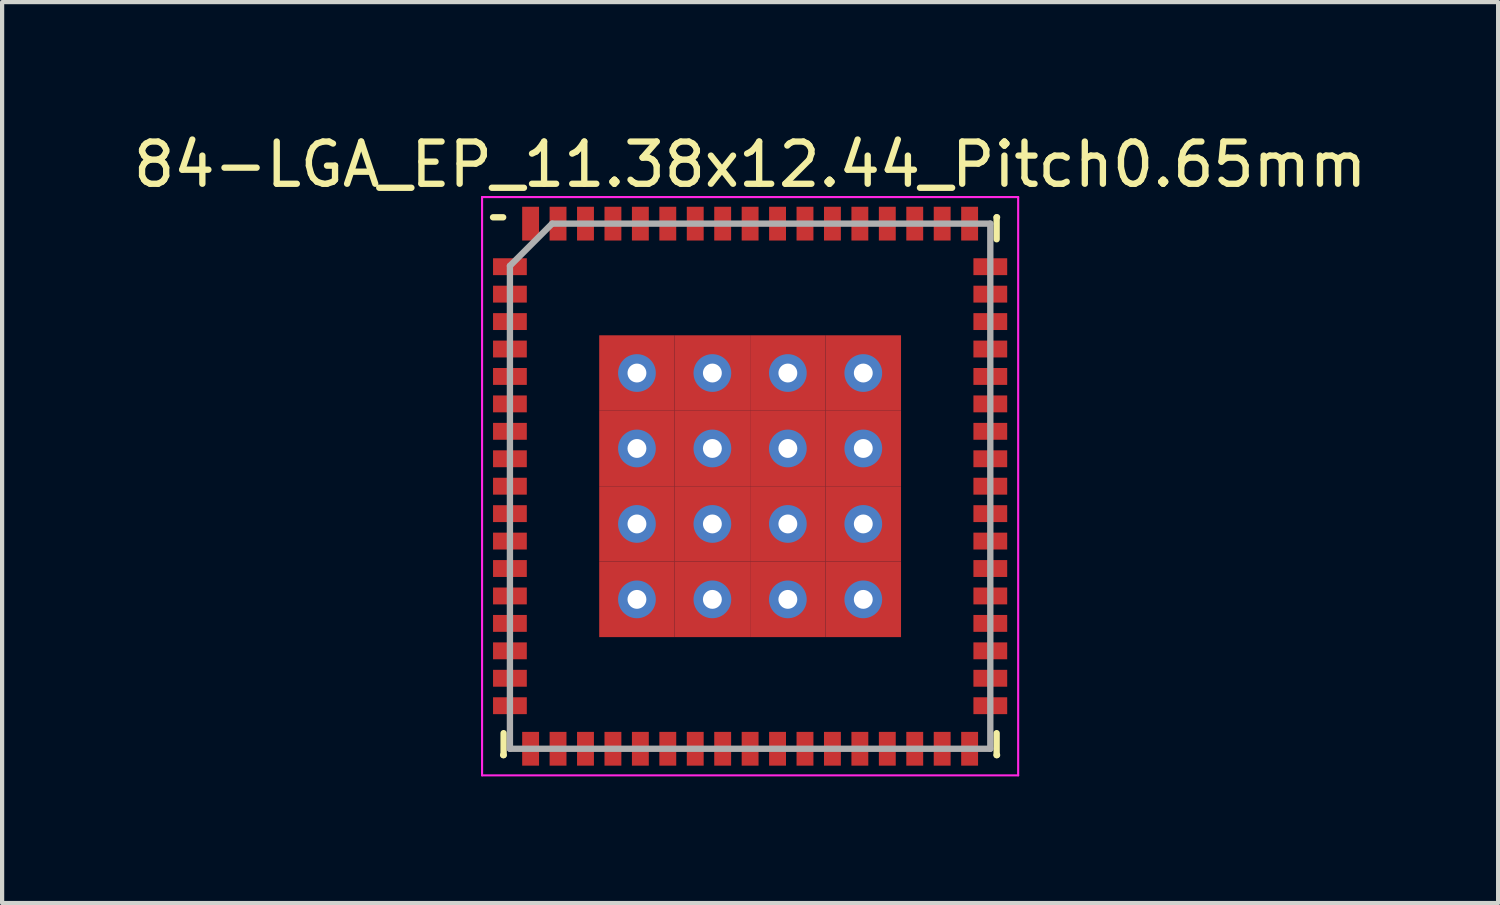
<source format=kicad_pcb>
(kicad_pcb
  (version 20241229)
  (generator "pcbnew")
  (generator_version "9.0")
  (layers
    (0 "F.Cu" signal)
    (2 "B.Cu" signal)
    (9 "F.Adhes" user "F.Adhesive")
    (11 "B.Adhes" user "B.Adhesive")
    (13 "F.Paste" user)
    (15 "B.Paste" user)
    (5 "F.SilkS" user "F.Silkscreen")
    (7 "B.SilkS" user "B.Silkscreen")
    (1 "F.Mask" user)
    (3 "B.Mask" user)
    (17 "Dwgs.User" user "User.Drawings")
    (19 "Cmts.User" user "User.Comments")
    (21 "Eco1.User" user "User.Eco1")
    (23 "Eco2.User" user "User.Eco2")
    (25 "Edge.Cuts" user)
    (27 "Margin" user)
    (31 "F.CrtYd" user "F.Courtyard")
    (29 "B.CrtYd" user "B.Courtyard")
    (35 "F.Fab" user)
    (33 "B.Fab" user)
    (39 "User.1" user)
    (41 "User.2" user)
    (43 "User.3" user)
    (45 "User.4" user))
  (footprint "84-LGA_EP_11.38x12.44_Pitch0.65mm"
    (layer "F.Cu")
    (at 14.72 8.468)
    (property "Reference" "84-LGA_EP_11.38x12.44_Pitch0.65mm" (at 0 -7.62 0) (layer "F.SilkS") (effects (font (size 1 1) (thickness 0.15))))
    (attr smd)
    (fp_line (start -5.85 -6.37) (end -6.09 -6.37) (stroke (width 0.15) (type solid)) (layer "F.SilkS"))
    (fp_line (start -5.85 6.37) (end -5.84 6.37) (stroke (width 0.15) (type solid)) (layer "F.SilkS"))
    (fp_line (start -5.84 6.37) (end -5.84 5.85) (stroke (width 0.15) (type solid)) (layer "F.SilkS"))
    (fp_line (start 5.84 -6.37) (end 5.84 -5.85) (stroke (width 0.15) (type solid)) (layer "F.SilkS"))
    (fp_line (start 5.84 6.37) (end 5.84 5.85) (stroke (width 0.15) (type solid)) (layer "F.SilkS"))
    (fp_line (start 5.85 -6.37) (end 5.84 -6.37) (stroke (width 0.15) (type solid)) (layer "F.SilkS"))
    (fp_line (start 5.85 6.37) (end 5.84 6.37) (stroke (width 0.15) (type solid)) (layer "F.SilkS"))
    (fp_line (start -6.35 -6.85) (end 6.35 -6.85) (stroke (width 0.05) (type solid)) (layer "F.CrtYd"))
    (fp_line (start -6.35 6.85) (end -6.35 -6.85) (stroke (width 0.05) (type solid)) (layer "F.CrtYd"))
    (fp_line (start 6.35 -6.85) (end 6.35 6.85) (stroke (width 0.05) (type solid)) (layer "F.CrtYd"))
    (fp_line (start 6.35 6.85) (end -6.35 6.85) (stroke (width 0.05) (type solid)) (layer "F.CrtYd"))
    (fp_line (start -5.69 -5.22) (end -5.69 6.22) (stroke (width 0.15) (type solid)) (layer "F.Fab"))
    (fp_line (start -5.69 6.22) (end 5.69 6.22) (stroke (width 0.15) (type solid)) (layer "F.Fab"))
    (fp_line (start -4.69 -6.22) (end -5.69 -5.22) (stroke (width 0.15) (type solid)) (layer "F.Fab"))
    (fp_line (start 5.69 -6.22) (end -4.69 -6.22) (stroke (width 0.15) (type solid)) (layer "F.Fab"))
    (fp_line (start 5.69 6.22) (end 5.69 -6.22) (stroke (width 0.15) (type solid)) (layer "F.Fab"))
    (pad "1" smd rect (at -5.69 -5.2 90) (size 0.4 0.8) (layers "F.Cu" "F.Mask" "F.Paste"))
    (pad "2" smd rect (at -5.69 -4.55 90) (size 0.4 0.8) (layers "F.Cu" "F.Mask" "F.Paste"))
    (pad "3" smd rect (at -5.69 -3.9 90) (size 0.4 0.8) (layers "F.Cu" "F.Mask" "F.Paste"))
    (pad "4" smd rect (at -5.69 -3.25 90) (size 0.4 0.8) (layers "F.Cu" "F.Mask" "F.Paste"))
    (pad "5" smd rect (at -5.69 -2.6 90) (size 0.4 0.8) (layers "F.Cu" "F.Mask" "F.Paste"))
    (pad "6" smd rect (at -5.69 -1.95 90) (size 0.4 0.8) (layers "F.Cu" "F.Mask" "F.Paste"))
    (pad "7" smd rect (at -5.69 -1.3 90) (size 0.4 0.8) (layers "F.Cu" "F.Mask" "F.Paste"))
    (pad "8" smd rect (at -5.69 -0.65 90) (size 0.4 0.8) (layers "F.Cu" "F.Mask" "F.Paste"))
    (pad "9" smd rect (at -5.69 0 90) (size 0.4 0.8) (layers "F.Cu" "F.Mask" "F.Paste"))
    (pad "10" smd rect (at -5.69 0.65 90) (size 0.4 0.8) (layers "F.Cu" "F.Mask" "F.Paste"))
    (pad "11" smd rect (at -5.69 1.3 90) (size 0.4 0.8) (layers "F.Cu" "F.Mask" "F.Paste"))
    (pad "12" smd rect (at -5.69 1.95 90) (size 0.4 0.8) (layers "F.Cu" "F.Mask" "F.Paste"))
    (pad "13" smd rect (at -5.69 2.6 90) (size 0.4 0.8) (layers "F.Cu" "F.Mask" "F.Paste"))
    (pad "14" smd rect (at -5.69 3.25 90) (size 0.4 0.8) (layers "F.Cu" "F.Mask" "F.Paste"))
    (pad "15" smd rect (at -5.69 3.9 90) (size 0.4 0.8) (layers "F.Cu" "F.Mask" "F.Paste"))
    (pad "16" smd rect (at -5.69 4.55 90) (size 0.4 0.8) (layers "F.Cu" "F.Mask" "F.Paste"))
    (pad "17" smd rect (at -5.69 5.2 90) (size 0.4 0.8) (layers "F.Cu" "F.Mask" "F.Paste"))
    (pad "18" smd rect (at -5.2 6.22) (size 0.4 0.8) (layers "F.Cu" "F.Mask" "F.Paste"))
    (pad "19" smd rect (at -4.55 6.22) (size 0.4 0.8) (layers "F.Cu" "F.Mask" "F.Paste"))
    (pad "20" smd rect (at -3.9 6.22) (size 0.4 0.8) (layers "F.Cu" "F.Mask" "F.Paste"))
    (pad "21" smd rect (at -3.25 6.22) (size 0.4 0.8) (layers "F.Cu" "F.Mask" "F.Paste"))
    (pad "22" smd rect (at -2.6 6.22) (size 0.4 0.8) (layers "F.Cu" "F.Mask" "F.Paste"))
    (pad "23" smd rect (at -1.95 6.22) (size 0.4 0.8) (layers "F.Cu" "F.Mask" "F.Paste"))
    (pad "24" smd rect (at -1.3 6.22) (size 0.4 0.8) (layers "F.Cu" "F.Mask" "F.Paste"))
    (pad "25" smd rect (at -0.65 6.22) (size 0.4 0.8) (layers "F.Cu" "F.Mask" "F.Paste"))
    (pad "26" smd rect (at 0 6.22) (size 0.4 0.8) (layers "F.Cu" "F.Mask" "F.Paste"))
    (pad "27" smd rect (at 0.65 6.22) (size 0.4 0.8) (layers "F.Cu" "F.Mask" "F.Paste"))
    (pad "28" smd rect (at 1.3 6.22) (size 0.4 0.8) (layers "F.Cu" "F.Mask" "F.Paste"))
    (pad "29" smd rect (at 1.95 6.22) (size 0.4 0.8) (layers "F.Cu" "F.Mask" "F.Paste"))
    (pad "30" smd rect (at 2.6 6.22) (size 0.4 0.8) (layers "F.Cu" "F.Mask" "F.Paste"))
    (pad "31" smd rect (at 3.25 6.22) (size 0.4 0.8) (layers "F.Cu" "F.Mask" "F.Paste"))
    (pad "32" smd rect (at 3.9 6.22) (size 0.4 0.8) (layers "F.Cu" "F.Mask" "F.Paste"))
    (pad "33" smd rect (at 4.55 6.22) (size 0.4 0.8) (layers "F.Cu" "F.Mask" "F.Paste"))
    (pad "34" smd rect (at 5.2 6.22) (size 0.4 0.8) (layers "F.Cu" "F.Mask" "F.Paste"))
    (pad "35" smd rect (at 5.69 5.2 90) (size 0.4 0.8) (layers "F.Cu" "F.Mask" "F.Paste"))
    (pad "36" smd rect (at 5.69 4.55 90) (size 0.4 0.8) (layers "F.Cu" "F.Mask" "F.Paste"))
    (pad "37" smd rect (at 5.69 3.9 90) (size 0.4 0.8) (layers "F.Cu" "F.Mask" "F.Paste"))
    (pad "38" smd rect (at 5.69 3.25 90) (size 0.4 0.8) (layers "F.Cu" "F.Mask" "F.Paste"))
    (pad "39" smd rect (at 5.69 2.6 90) (size 0.4 0.8) (layers "F.Cu" "F.Mask" "F.Paste"))
    (pad "40" smd rect (at 5.69 1.95 90) (size 0.4 0.8) (layers "F.Cu" "F.Mask" "F.Paste"))
    (pad "41" smd rect (at 5.69 1.3 90) (size 0.4 0.8) (layers "F.Cu" "F.Mask" "F.Paste"))
    (pad "42" smd rect (at 5.69 0.65 90) (size 0.4 0.8) (layers "F.Cu" "F.Mask" "F.Paste"))
    (pad "43" smd rect (at 5.69 0 90) (size 0.4 0.8) (layers "F.Cu" "F.Mask" "F.Paste"))
    (pad "44" smd rect (at 5.69 -0.65 90) (size 0.4 0.8) (layers "F.Cu" "F.Mask" "F.Paste"))
    (pad "45" smd rect (at 5.69 -1.3 90) (size 0.4 0.8) (layers "F.Cu" "F.Mask" "F.Paste"))
    (pad "46" smd rect (at 5.69 -1.95 90) (size 0.4 0.8) (layers "F.Cu" "F.Mask" "F.Paste"))
    (pad "47" smd rect (at 5.69 -2.6 90) (size 0.4 0.8) (layers "F.Cu" "F.Mask" "F.Paste"))
    (pad "48" smd rect (at 5.69 -3.25 90) (size 0.4 0.8) (layers "F.Cu" "F.Mask" "F.Paste"))
    (pad "49" smd rect (at 5.69 -3.9 90) (size 0.4 0.8) (layers "F.Cu" "F.Mask" "F.Paste"))
    (pad "50" smd rect (at 5.69 -4.55 90) (size 0.4 0.8) (layers "F.Cu" "F.Mask" "F.Paste"))
    (pad "51" smd rect (at 5.69 -5.2 90) (size 0.4 0.8) (layers "F.Cu" "F.Mask" "F.Paste"))
    (pad "52" smd rect (at 5.2 -6.22) (size 0.4 0.8) (layers "F.Cu" "F.Mask" "F.Paste"))
    (pad "53" smd rect (at 4.55 -6.22) (size 0.4 0.8) (layers "F.Cu" "F.Mask" "F.Paste"))
    (pad "54" smd rect (at 3.9 -6.22) (size 0.4 0.8) (layers "F.Cu" "F.Mask" "F.Paste"))
    (pad "55" smd rect (at 3.25 -6.22) (size 0.4 0.8) (layers "F.Cu" "F.Mask" "F.Paste"))
    (pad "56" smd rect (at 2.6 -6.22) (size 0.4 0.8) (layers "F.Cu" "F.Mask" "F.Paste"))
    (pad "57" smd rect (at 1.95 -6.22) (size 0.4 0.8) (layers "F.Cu" "F.Mask" "F.Paste"))
    (pad "58" smd rect (at 1.3 -6.22) (size 0.4 0.8) (layers "F.Cu" "F.Mask" "F.Paste"))
    (pad "59" smd rect (at 0.65 -6.22) (size 0.4 0.8) (layers "F.Cu" "F.Mask" "F.Paste"))
    (pad "60" smd rect (at 0 -6.22) (size 0.4 0.8) (layers "F.Cu" "F.Mask" "F.Paste"))
    (pad "61" smd rect (at -0.65 -6.22) (size 0.4 0.8) (layers "F.Cu" "F.Mask" "F.Paste"))
    (pad "62" smd rect (at -1.3 -6.22) (size 0.4 0.8) (layers "F.Cu" "F.Mask" "F.Paste"))
    (pad "63" smd rect (at -1.95 -6.22) (size 0.4 0.8) (layers "F.Cu" "F.Mask" "F.Paste"))
    (pad "64" smd rect (at -2.6 -6.22) (size 0.4 0.8) (layers "F.Cu" "F.Mask" "F.Paste"))
    (pad "65" smd rect (at -3.25 -6.22) (size 0.4 0.8) (layers "F.Cu" "F.Mask" "F.Paste"))
    (pad "66" smd rect (at -3.9 -6.22) (size 0.4 0.8) (layers "F.Cu" "F.Mask" "F.Paste"))
    (pad "67" smd rect (at -4.55 -6.22) (size 0.4 0.8) (layers "F.Cu" "F.Mask" "F.Paste"))
    (pad "68" smd rect (at -5.2 -6.22) (size 0.4 0.8) (layers "F.Cu" "F.Mask" "F.Paste"))
    (pad "69" thru_hole circle (at -2.681 -2.681) (size 0.894 0.894) (drill 0.447) (layers "*.Cu" "*.Mask"))
    (pad "69" smd rect (at -2.681 -2.681) (size 1.788 1.788) (layers "F.Cu" "F.Mask" "F.Paste"))
    (pad "69" thru_hole circle (at -2.681 -0.894) (size 0.894 0.894) (drill 0.447) (layers "*.Cu" "*.Mask"))
    (pad "69" smd rect (at -2.681 -0.894) (size 1.788 1.788) (layers "F.Cu" "F.Mask" "F.Paste"))
    (pad "69" thru_hole circle (at -2.681 0.894) (size 0.894 0.894) (drill 0.447) (layers "*.Cu" "*.Mask"))
    (pad "69" smd rect (at -2.681 0.894) (size 1.788 1.788) (layers "F.Cu" "F.Mask" "F.Paste"))
    (pad "69" thru_hole circle (at -2.681 2.681) (size 0.894 0.894) (drill 0.447) (layers "*.Cu" "*.Mask"))
    (pad "69" smd rect (at -2.681 2.681) (size 1.788 1.788) (layers "F.Cu" "F.Mask" "F.Paste"))
    (pad "69" thru_hole circle (at -0.894 -2.681) (size 0.894 0.894) (drill 0.447) (layers "*.Cu" "*.Mask"))
    (pad "69" smd rect (at -0.894 -2.681) (size 1.788 1.788) (layers "F.Cu" "F.Mask" "F.Paste"))
    (pad "69" thru_hole circle (at -0.894 -0.894) (size 0.894 0.894) (drill 0.447) (layers "*.Cu" "*.Mask"))
    (pad "69" smd rect (at -0.894 -0.894) (size 1.788 1.788) (layers "F.Cu" "F.Mask" "F.Paste"))
    (pad "69" thru_hole circle (at -0.894 0.894) (size 0.894 0.894) (drill 0.447) (layers "*.Cu" "*.Mask"))
    (pad "69" smd rect (at -0.894 0.894) (size 1.788 1.788) (layers "F.Cu" "F.Mask" "F.Paste"))
    (pad "69" thru_hole circle (at -0.894 2.681) (size 0.894 0.894) (drill 0.447) (layers "*.Cu" "*.Mask"))
    (pad "69" smd rect (at -0.894 2.681) (size 1.788 1.788) (layers "F.Cu" "F.Mask" "F.Paste"))
    (pad "69" thru_hole circle (at 0.894 -2.681) (size 0.894 0.894) (drill 0.447) (layers "*.Cu" "*.Mask"))
    (pad "69" smd rect (at 0.894 -2.681) (size 1.788 1.788) (layers "F.Cu" "F.Mask" "F.Paste"))
    (pad "69" thru_hole circle (at 0.894 -0.894) (size 0.894 0.894) (drill 0.447) (layers "*.Cu" "*.Mask"))
    (pad "69" smd rect (at 0.894 -0.894) (size 1.788 1.788) (layers "F.Cu" "F.Mask" "F.Paste"))
    (pad "69" thru_hole circle (at 0.894 0.894) (size 0.894 0.894) (drill 0.447) (layers "*.Cu" "*.Mask"))
    (pad "69" smd rect (at 0.894 0.894) (size 1.788 1.788) (layers "F.Cu" "F.Mask" "F.Paste"))
    (pad "69" thru_hole circle (at 0.894 2.681) (size 0.894 0.894) (drill 0.447) (layers "*.Cu" "*.Mask"))
    (pad "69" smd rect (at 0.894 2.681) (size 1.788 1.788) (layers "F.Cu" "F.Mask" "F.Paste"))
    (pad "69" thru_hole circle (at 2.681 -2.681) (size 0.894 0.894) (drill 0.447) (layers "*.Cu" "*.Mask"))
    (pad "69" smd rect (at 2.681 -2.681) (size 1.788 1.788) (layers "F.Cu" "F.Mask" "F.Paste"))
    (pad "69" thru_hole circle (at 2.681 -0.894) (size 0.894 0.894) (drill 0.447) (layers "*.Cu" "*.Mask"))
    (pad "69" smd rect (at 2.681 -0.894) (size 1.788 1.788) (layers "F.Cu" "F.Mask" "F.Paste"))
    (pad "69" thru_hole circle (at 2.681 0.894) (size 0.894 0.894) (drill 0.447) (layers "*.Cu" "*.Mask"))
    (pad "69" smd rect (at 2.681 0.894) (size 1.788 1.788) (layers "F.Cu" "F.Mask" "F.Paste"))
    (pad "69" thru_hole circle (at 2.681 2.681) (size 0.894 0.894) (drill 0.447) (layers "*.Cu" "*.Mask"))
    (pad "69" smd rect (at 2.681 2.681) (size 1.788 1.788) (layers "F.Cu" "F.Mask" "F.Paste")))
  (gr_rect
    (start -3 -3)
    (end 32.44 18.343)
    (stroke (width 0.1) (type default))
    (fill no)
    (layer "Edge.Cuts")))
</source>
